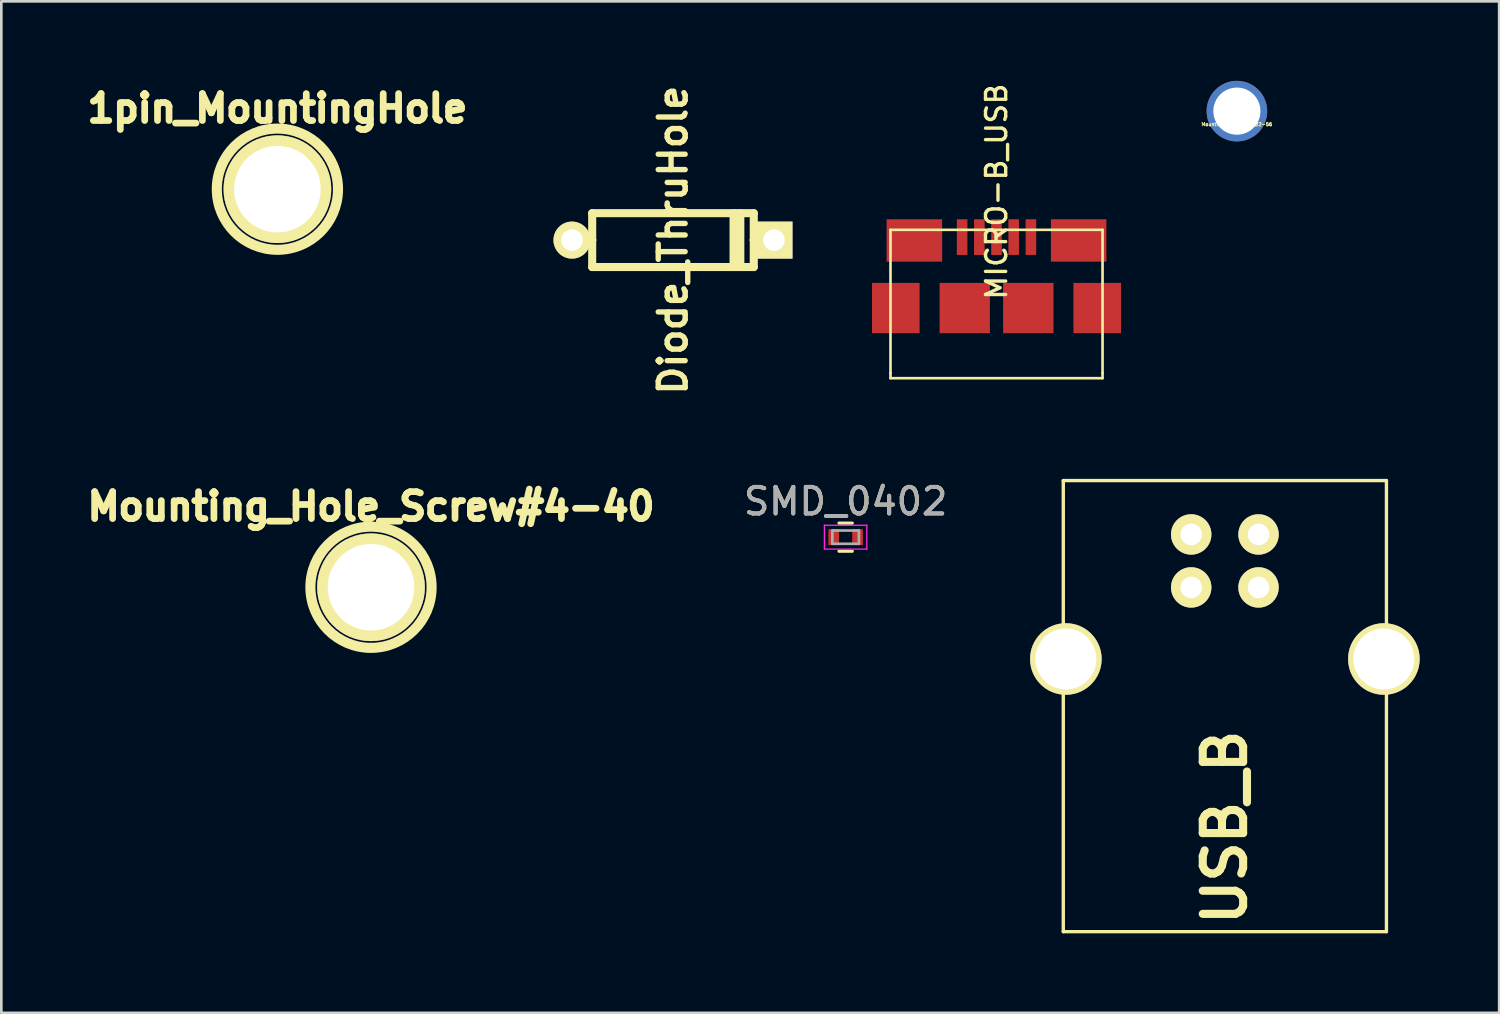
<source format=kicad_pcb>
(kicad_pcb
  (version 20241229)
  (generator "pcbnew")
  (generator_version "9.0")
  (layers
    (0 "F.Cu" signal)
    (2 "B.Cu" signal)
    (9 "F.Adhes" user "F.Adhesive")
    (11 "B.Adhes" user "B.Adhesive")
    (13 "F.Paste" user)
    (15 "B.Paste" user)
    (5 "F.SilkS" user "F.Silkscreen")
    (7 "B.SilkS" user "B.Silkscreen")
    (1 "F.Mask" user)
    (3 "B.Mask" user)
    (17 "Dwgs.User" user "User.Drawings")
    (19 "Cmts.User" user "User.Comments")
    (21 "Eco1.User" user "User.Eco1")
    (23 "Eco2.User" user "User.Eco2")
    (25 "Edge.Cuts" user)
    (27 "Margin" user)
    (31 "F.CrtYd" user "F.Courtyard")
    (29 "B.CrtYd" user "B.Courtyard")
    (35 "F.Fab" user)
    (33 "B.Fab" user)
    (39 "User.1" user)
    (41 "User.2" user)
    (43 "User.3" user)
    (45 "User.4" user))
  (footprint "MICRO-B_USB"
    (layer "F.Cu")
    (at 34.546 10.02)
    (property "Reference" "MICRO-B_USB" (at 0 -5.842 90) (layer "F.SilkS") (effects (font (size 0.762 0.762) (thickness 0.127))))
    (attr through_hole)
    (fp_line (start -4 -4.399) (end 4 -4.399) (stroke (width 0.099) (type solid)) (layer "F.SilkS"))
    (fp_line (start -4 1.001) (end -4 -4.399) (stroke (width 0.099) (type solid)) (layer "F.SilkS"))
    (fp_line (start -4 1.001) (end -4 1.199) (stroke (width 0.099) (type solid)) (layer "F.SilkS"))
    (fp_line (start 4 -4.399) (end 4 1.001) (stroke (width 0.099) (type solid)) (layer "F.SilkS"))
    (fp_line (start 4 1.001) (end 4 1.199) (stroke (width 0.099) (type solid)) (layer "F.SilkS"))
    (fp_line (start 4 1.199) (end -4 1.199) (stroke (width 0.099) (type solid)) (layer "F.SilkS"))
    (pad "" smd rect (at -3.8 -1.448) (size 1.796 1.897) (layers "F.Cu" "F.Mask" "F.Paste"))
    (pad "" smd rect (at -3.099 -3.998) (size 2.095 1.598) (layers "F.Cu" "F.Mask" "F.Paste"))
    (pad "" smd rect (at -1.199 -1.448) (size 1.897 1.897) (layers "F.Cu" "F.Mask" "F.Paste"))
    (pad "" smd rect (at 1.199 -1.448) (size 1.9 1.897) (layers "F.Cu" "F.Mask" "F.Paste"))
    (pad "" smd rect (at 3.099 -3.998) (size 2.095 1.598) (layers "F.Cu" "F.Mask" "F.Paste"))
    (pad "" smd rect (at 3.8 -1.448) (size 1.796 1.897) (layers "F.Cu" "F.Mask" "F.Paste"))
    (pad "1" smd rect (at -1.298 -4.125) (size 0.399 1.346) (layers "F.Cu" "F.Mask" "F.Paste"))
    (pad "2" smd rect (at -0.648 -4.125) (size 0.399 1.346) (layers "F.Cu" "F.Mask" "F.Paste"))
    (pad "3" smd rect (at 0 -4.125) (size 0.399 1.346) (layers "F.Cu" "F.Mask" "F.Paste"))
    (pad "4" smd rect (at 0.648 -4.125) (size 0.399 1.346) (layers "F.Cu" "F.Mask" "F.Paste"))
    (pad "5" smd rect (at 1.298 -4.125) (size 0.399 1.346) (layers "F.Cu" "F.Mask" "F.Paste")))
  (footprint "1pin_MountingHole"
    (layer "F.Cu")
    (at 7.416 4.088)
    (property "Reference" "1pin_MountingHole" (at 0 -3.048 0) (layer "F.SilkS") (effects (font (size 1.016 1.016) (thickness 0.254))))
    (attr through_hole)
    (fp_circle (center 0 0) (end 0 -2.286) (stroke (width 0.381) (type solid)) (fill no) (layer "F.SilkS"))
    (pad "1" thru_hole circle (at 0 0) (size 4.064 4.064) (drill 3.264) (layers "*.Cu" "*.Mask" "F.SilkS")))
  (footprint "Diode_ThruHole"
    (layer "F.Cu")
    (at 22.34 6.009)
    (property "Reference" "Diode_ThruHole" (at 0 0 90) (layer "F.SilkS") (effects (font (size 1.016 1.016) (thickness 0.203))))
    (attr through_hole)
    (fp_line (start -3.048 -1.016) (end -3.048 0) (stroke (width 0.305) (type solid)) (layer "F.SilkS"))
    (fp_line (start -3.048 0) (end -3.81 0) (stroke (width 0.305) (type solid)) (layer "F.SilkS"))
    (fp_line (start -3.048 0) (end -3.048 1.016) (stroke (width 0.305) (type solid)) (layer "F.SilkS"))
    (fp_line (start -3.048 1.016) (end 3.048 1.016) (stroke (width 0.305) (type solid)) (layer "F.SilkS"))
    (fp_line (start 2.286 1.016) (end 2.286 -1.016) (stroke (width 0.305) (type solid)) (layer "F.SilkS"))
    (fp_line (start 2.54 -1.016) (end 2.54 1.016) (stroke (width 0.305) (type solid)) (layer "F.SilkS"))
    (fp_line (start 3.048 -1.016) (end -3.048 -1.016) (stroke (width 0.305) (type solid)) (layer "F.SilkS"))
    (fp_line (start 3.048 0) (end 3.048 -1.016) (stroke (width 0.305) (type solid)) (layer "F.SilkS"))
    (fp_line (start 3.048 1.016) (end 3.048 0) (stroke (width 0.305) (type solid)) (layer "F.SilkS"))
    (fp_line (start 3.81 0) (end 3.048 0) (stroke (width 0.305) (type solid)) (layer "F.SilkS"))
    (pad "1" thru_hole circle (at -3.81 0) (size 1.397 1.397) (drill 0.813) (layers "*.Cu" "*.Mask" "F.SilkS"))
    (pad "2" thru_hole rect (at 3.81 0) (size 1.397 1.397) (drill 0.813) (layers "*.Cu" "*.Mask" "F.SilkS")))
  (footprint "SMD_0402"
    (layer "F.Cu")
    (at 28.853 17.216)
    (property "Reference" "SMD_0402" (at 0 -1.35 0) (layer "F.SilkS") (effects (font (size 1 1) (thickness 0.15))))
    (attr smd)
    (fp_line (start -0.25 0.53) (end 0.25 0.53) (stroke (width 0.12) (type solid)) (layer "F.SilkS"))
    (fp_line (start 0.25 -0.53) (end -0.25 -0.53) (stroke (width 0.12) (type solid)) (layer "F.SilkS"))
    (fp_line (start -0.8 -0.45) (end -0.8 0.45) (stroke (width 0.05) (type solid)) (layer "F.CrtYd"))
    (fp_line (start -0.8 -0.45) (end 0.8 -0.45) (stroke (width 0.05) (type solid)) (layer "F.CrtYd"))
    (fp_line (start 0.8 0.45) (end -0.8 0.45) (stroke (width 0.05) (type solid)) (layer "F.CrtYd"))
    (fp_line (start 0.8 0.45) (end 0.8 -0.45) (stroke (width 0.05) (type solid)) (layer "F.CrtYd"))
    (fp_line (start -0.5 -0.25) (end 0.5 -0.25) (stroke (width 0.1) (type solid)) (layer "F.Fab"))
    (fp_line (start -0.5 0.25) (end -0.5 -0.25) (stroke (width 0.1) (type solid)) (layer "F.Fab"))
    (fp_line (start 0.5 -0.25) (end 0.5 0.25) (stroke (width 0.1) (type solid)) (layer "F.Fab"))
    (fp_line (start 0.5 0.25) (end -0.5 0.25) (stroke (width 0.1) (type solid)) (layer "F.Fab"))
    (fp_text user "${REFERENCE}" (at 0 -1.35 0) (layer "F.Fab") (effects (font (size 1 1) (thickness 0.15))))
    (pad "1" smd rect (at -0.45 0) (size 0.4 0.6) (layers "F.Cu" "F.Mask" "F.Paste"))
    (pad "2" smd rect (at 0.45 0) (size 0.4 0.6) (layers "F.Cu" "F.Mask" "F.Paste")))
  (footprint "Mounting_Hole_Screw#4-40"
    (layer "F.Cu")
    (at 10.947 19.106)
    (property "Reference" "Mounting_Hole_Screw#4-40" (at 0 -3.048 0) (layer "F.SilkS") (effects (font (size 1.016 1.016) (thickness 0.254))))
    (attr through_hole)
    (fp_circle (center 0 0) (end 0 -2.286) (stroke (width 0.381) (type solid)) (fill no) (layer "F.SilkS"))
    (pad "1" thru_hole circle (at 0 0) (size 4.064 4.064) (drill 3.264) (layers "*.Cu" "*.Mask" "F.SilkS")))
  (footprint "USB_B"
    (layer "F.Cu")
    (at 43.161 21.812)
    (property "Reference" "USB_B" (at 0 6.35 90) (layer "F.SilkS") (effects (font (size 1.524 1.524) (thickness 0.305))))
    (attr through_hole)
    (fp_line (start -6.096 -6.731) (end -6.096 10.287) (stroke (width 0.127) (type solid)) (layer "F.SilkS"))
    (fp_line (start -6.096 10.287) (end 6.096 10.287) (stroke (width 0.127) (type solid)) (layer "F.SilkS"))
    (fp_line (start 6.096 -6.731) (end -6.096 -6.731) (stroke (width 0.127) (type solid)) (layer "F.SilkS"))
    (fp_line (start 6.096 10.287) (end 6.096 -6.731) (stroke (width 0.127) (type solid)) (layer "F.SilkS"))
    (pad "1" thru_hole circle (at 1.27 -4.699) (size 1.524 1.524) (drill 0.813) (layers "*.Cu" "*.Mask" "F.SilkS"))
    (pad "2" thru_hole circle (at -1.27 -4.699) (size 1.524 1.524) (drill 0.813) (layers "*.Cu" "*.Mask" "F.SilkS"))
    (pad "3" thru_hole circle (at -1.27 -2.7) (size 1.524 1.524) (drill 0.813) (layers "*.Cu" "*.Mask" "F.SilkS"))
    (pad "4" thru_hole circle (at 1.27 -2.7) (size 1.524 1.524) (drill 0.813) (layers "*.Cu" "*.Mask" "F.SilkS"))
    (pad "5" thru_hole circle (at 5.999 0) (size 2.7 2.7) (drill 2.301) (layers "*.Cu" "*.Mask" "F.SilkS"))
    (pad "6" thru_hole circle (at -5.999 0) (size 2.7 2.7) (drill 2.301) (layers "*.Cu" "*.Mask" "F.SilkS")))
  (footprint "Mounting_Hole_Screw#2-56"
    (layer "F.Cu")
    (at 43.615 1.143)
    (property "Reference" "Mounting_Hole_Screw#2-56" (at -0.003 0.498 0) (layer "F.SilkS") (effects (font (size 0.127 0.127) (thickness 0.032))))
    (attr through_hole)
    (pad "1" thru_hole circle (at 0 0) (size 2.286 2.286) (drill 1.778) (layers "*.Cu")))
  (gr_rect
    (start -3 -3)
    (end 53.51 35.163)
    (stroke (width 0.1) (type default))
    (fill no)
    (layer "Edge.Cuts")))
</source>
